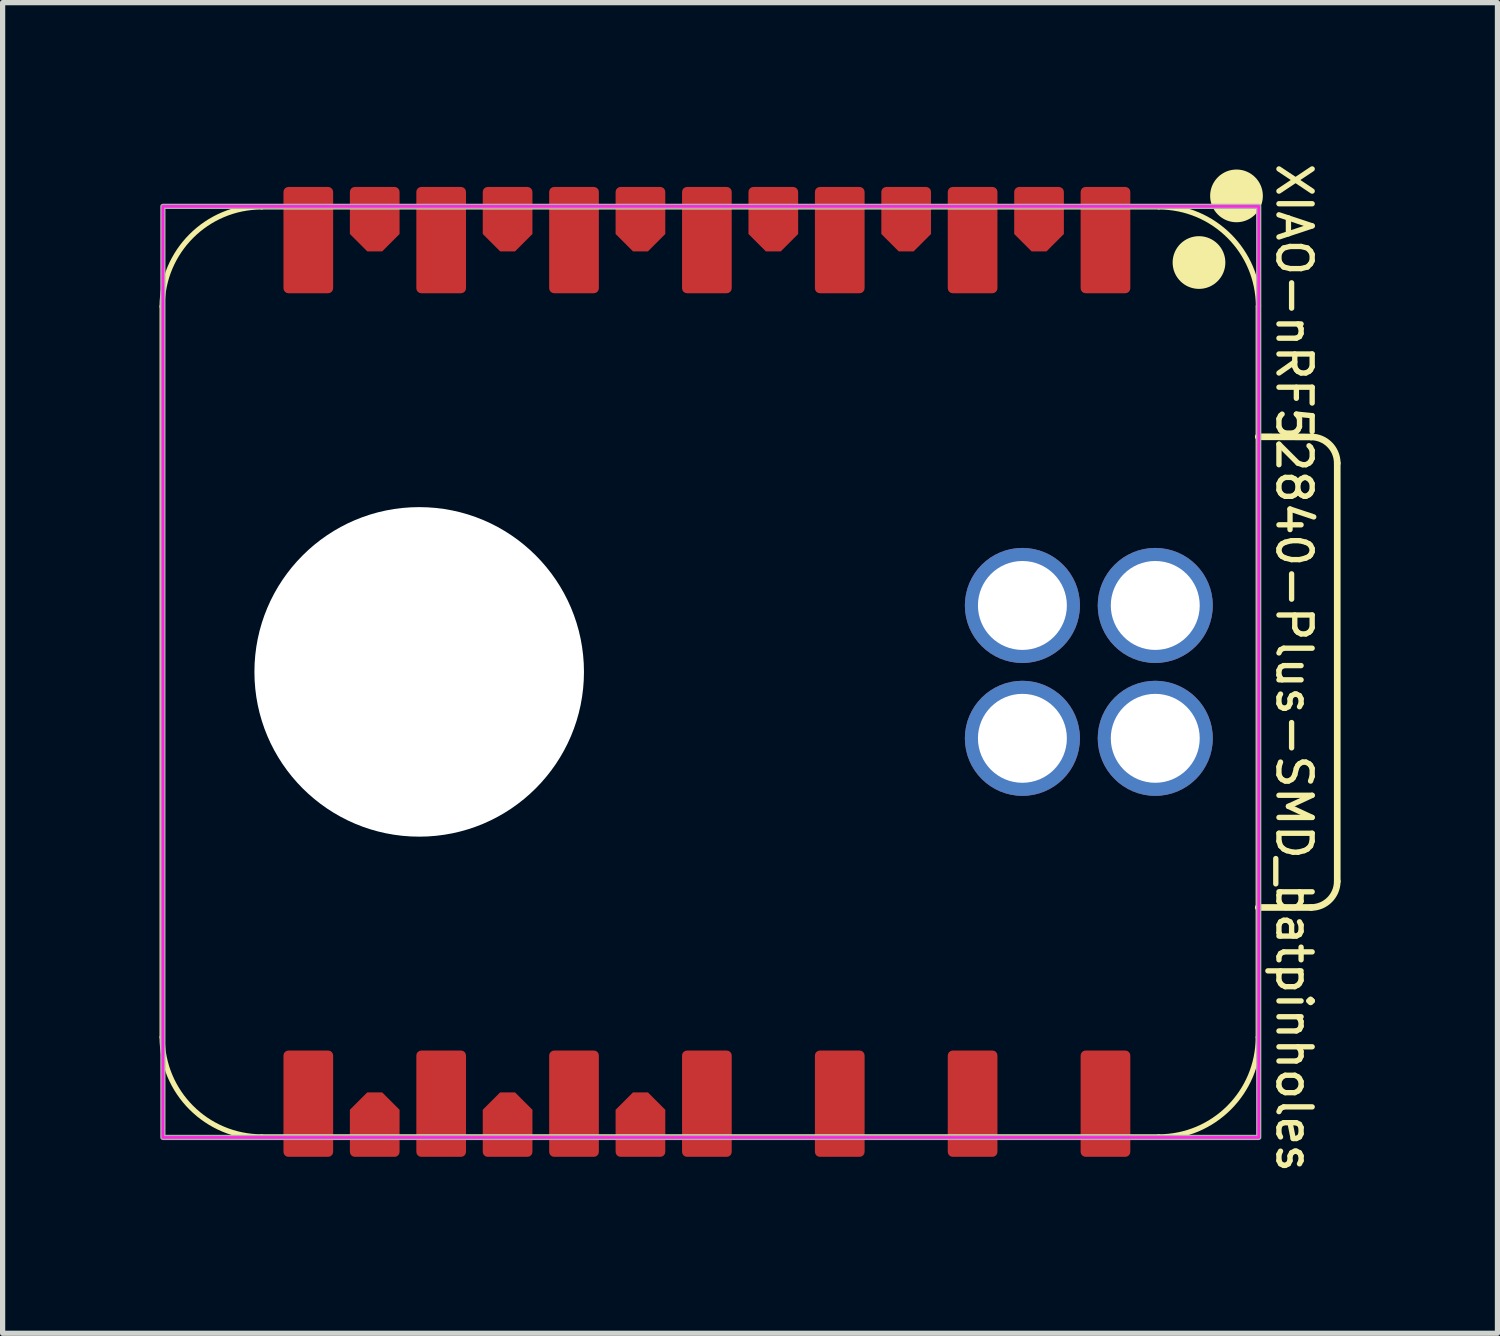
<source format=kicad_pcb>
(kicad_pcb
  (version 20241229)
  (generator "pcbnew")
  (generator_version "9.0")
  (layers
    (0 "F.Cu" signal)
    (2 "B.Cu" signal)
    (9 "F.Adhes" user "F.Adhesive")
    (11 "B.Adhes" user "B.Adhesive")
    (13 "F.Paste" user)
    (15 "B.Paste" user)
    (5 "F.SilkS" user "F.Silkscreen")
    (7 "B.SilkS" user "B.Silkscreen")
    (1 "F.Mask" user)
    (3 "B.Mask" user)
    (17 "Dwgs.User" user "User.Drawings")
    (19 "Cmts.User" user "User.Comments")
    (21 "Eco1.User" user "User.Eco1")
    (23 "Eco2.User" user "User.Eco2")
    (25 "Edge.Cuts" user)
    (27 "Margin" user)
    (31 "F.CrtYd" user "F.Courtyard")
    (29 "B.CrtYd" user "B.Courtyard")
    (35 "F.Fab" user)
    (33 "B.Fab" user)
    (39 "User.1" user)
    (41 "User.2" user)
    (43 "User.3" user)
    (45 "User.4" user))
  (footprint "XIAO-nRF52840-Plus-SMD_batpinholes"
    (layer "F.Cu")
    (at 10.464 9.795)
    (property "Reference" "XIAO-nRF52840-Plus-SMD_batpinholes" (at 11.225 -0.075 270) (unlocked yes) (layer "F.SilkS") (effects (font (size 0.635 0.635) (thickness 0.102))))
    (attr smd)
    (fp_line (start -10.414 -6.985) (end -10.414 6.985) (stroke (width 0.1) (type solid)) (layer "F.SilkS"))
    (fp_line (start -8.509 -8.89) (end 8.636 -8.89) (stroke (width 0.1) (type solid)) (layer "F.SilkS"))
    (fp_line (start -8.509 8.89) (end 8.636 8.89) (stroke (width 0.1) (type solid)) (layer "F.SilkS"))
    (fp_line (start 10.541 -4.495) (end 11.551 -4.491) (stroke (width 0.127) (type solid)) (layer "F.SilkS"))
    (fp_line (start 10.541 6.985) (end 10.541 -6.985) (stroke (width 0.1) (type solid)) (layer "F.SilkS"))
    (fp_line (start 11.551 4.504) (end 10.541 4.504) (stroke (width 0.127) (type solid)) (layer "F.SilkS"))
    (fp_line (start 12.051 -3.991) (end 12.051 4.004) (stroke (width 0.127) (type solid)) (layer "F.SilkS"))
    (fp_arc (start -10.414 -6.985) (mid -9.856038 -8.332038) (end -8.509 -8.89) (stroke (width 0.1) (type solid)) (layer "F.SilkS"))
    (fp_arc (start -8.509 8.89) (mid -9.856038 8.332038) (end -10.414 6.985) (stroke (width 0.1) (type solid)) (layer "F.SilkS"))
    (fp_arc (start 8.64 -8.89) (mid 9.987038 -8.332038) (end 10.545 -6.985) (stroke (width 0.1) (type solid)) (layer "F.SilkS"))
    (fp_arc (start 10.541 6.985) (mid 9.983024 8.332024) (end 8.636 8.89) (stroke (width 0.1) (type solid)) (layer "F.SilkS"))
    (fp_arc (start 11.551272 -4.491272) (mid 11.904644 -4.344724) (end 12.051 -3.991272) (stroke (width 0.127) (type default)) (layer "F.SilkS"))
    (fp_arc (start 12.051 4.004) (mid 11.904524 4.357524) (end 11.551 4.504) (stroke (width 0.127) (type default)) (layer "F.SilkS"))
    (fp_circle (center 9.408 -7.826) (end 9.662 -7.826) (stroke (width 0.5) (type solid)) (fill yes) (layer "F.SilkS"))
    (fp_circle (center 10.125 -9.1) (end 10.379 -9.1) (stroke (width 0.5) (type solid)) (fill yes) (layer "F.SilkS"))
    (fp_rect (start -10.4 -8.9) (end 10.55 8.9) (stroke (width 0.05) (type default)) (fill no) (layer "F.CrtYd"))
    (fp_rect (start -10.4 -8.9) (end 10.55 8.9) (stroke (width 0.1) (type default)) (fill no) (layer "F.Fab"))
    (fp_line (start -10.414 -6.985) (end -10.414 6.985) (stroke (width 0.025) (type solid)) (layer "User.1"))
    (fp_line (start -8.509 -8.89) (end 8.636 -8.89) (stroke (width 0.025) (type solid)) (layer "User.1"))
    (fp_line (start -8.509 8.89) (end 8.636 8.89) (stroke (width 0.025) (type solid)) (layer "User.1"))
    (fp_line (start 10.541 6.985) (end 10.541 -6.985) (stroke (width 0.025) (type solid)) (layer "User.1"))
    (fp_rect (start 5.715 -3.81) (end 12.065 3.81) (stroke (width 0.076) (type default)) (fill no) (layer "User.1"))
    (fp_arc (start -10.414 -6.985) (mid -9.856038 -8.332038) (end -8.509 -8.89) (stroke (width 0.0254) (type solid)) (layer "User.1"))
    (fp_arc (start -8.509 8.89) (mid -9.856038 8.332038) (end -10.414 6.985) (stroke (width 0.0254) (type solid)) (layer "User.1"))
    (fp_arc (start 8.636 -8.89) (mid 9.983038 -8.332038) (end 10.541 -6.985) (stroke (width 0.0254) (type solid)) (layer "User.1"))
    (fp_arc (start 10.541 6.985) (mid 9.983038 8.332038) (end 8.636 8.89) (stroke (width 0.0254) (type solid)) (layer "User.1"))
    (fp_circle (center -7.62 -8.89) (end -7.493 -8.89) (stroke (width 0.025) (type default)) (fill no) (layer "User.1"))
    (fp_circle (center -7.62 -7.62) (end -7.493 -7.62) (stroke (width 0.025) (type default)) (fill no) (layer "User.1"))
    (fp_circle (center -7.62 7.62) (end -7.493 7.62) (stroke (width 0.025) (type default)) (fill no) (layer "User.1"))
    (fp_circle (center -7.62 8.89) (end -7.493 8.89) (stroke (width 0.025) (type default)) (fill no) (layer "User.1"))
    (fp_circle (center -5.08 -8.89) (end -4.953 -8.89) (stroke (width 0.025) (type default)) (fill no) (layer "User.1"))
    (fp_circle (center -5.08 -7.62) (end -4.953 -7.62) (stroke (width 0.025) (type default)) (fill no) (layer "User.1"))
    (fp_circle (center -5.08 7.62) (end -4.953 7.62) (stroke (width 0.025) (type default)) (fill no) (layer "User.1"))
    (fp_circle (center -5.08 8.89) (end -4.953 8.89) (stroke (width 0.025) (type default)) (fill no) (layer "User.1"))
    (fp_circle (center -2.54 -8.89) (end -2.413 -8.89) (stroke (width 0.025) (type default)) (fill no) (layer "User.1"))
    (fp_circle (center -2.54 -7.62) (end -2.413 -7.62) (stroke (width 0.025) (type default)) (fill no) (layer "User.1"))
    (fp_circle (center -2.54 7.62) (end -2.413 7.62) (stroke (width 0.025) (type default)) (fill no) (layer "User.1"))
    (fp_circle (center -2.54 8.89) (end -2.413 8.89) (stroke (width 0.025) (type default)) (fill no) (layer "User.1"))
    (fp_circle (center 0 -8.89) (end 0.127 -8.89) (stroke (width 0.025) (type default)) (fill no) (layer "User.1"))
    (fp_circle (center 0 -7.62) (end 0.127 -7.62) (stroke (width 0.025) (type default)) (fill no) (layer "User.1"))
    (fp_circle (center 0 7.62) (end 0.127 7.62) (stroke (width 0.025) (type default)) (fill no) (layer "User.1"))
    (fp_circle (center 0 8.89) (end 0.127 8.89) (stroke (width 0.025) (type default)) (fill no) (layer "User.1"))
    (fp_circle (center 2.54 -8.89) (end 2.667 -8.89) (stroke (width 0.025) (type default)) (fill no) (layer "User.1"))
    (fp_circle (center 2.54 -7.62) (end 2.667 -7.62) (stroke (width 0.025) (type default)) (fill no) (layer "User.1"))
    (fp_circle (center 2.54 7.62) (end 2.667 7.62) (stroke (width 0.025) (type default)) (fill no) (layer "User.1"))
    (fp_circle (center 2.54 8.89) (end 2.667 8.89) (stroke (width 0.025) (type default)) (fill no) (layer "User.1"))
    (fp_circle (center 5.08 -8.89) (end 5.207 -8.89) (stroke (width 0.025) (type default)) (fill no) (layer "User.1"))
    (fp_circle (center 5.08 -7.62) (end 5.207 -7.62) (stroke (width 0.025) (type default)) (fill no) (layer "User.1"))
    (fp_circle (center 5.08 7.62) (end 5.207 7.62) (stroke (width 0.025) (type default)) (fill no) (layer "User.1"))
    (fp_circle (center 5.08 8.89) (end 5.207 8.89) (stroke (width 0.025) (type default)) (fill no) (layer "User.1"))
    (fp_circle (center 7.62 -8.89) (end 7.747 -8.89) (stroke (width 0.025) (type default)) (fill no) (layer "User.1"))
    (fp_circle (center 7.62 -7.62) (end 7.747 -7.62) (stroke (width 0.025) (type default)) (fill no) (layer "User.1"))
    (fp_circle (center 7.62 7.62) (end 7.747 7.62) (stroke (width 0.025) (type default)) (fill no) (layer "User.1"))
    (fp_circle (center 7.62 8.89) (end 7.747 8.89) (stroke (width 0.025) (type default)) (fill no) (layer "User.1"))
    (pad "" np_thru_hole circle (at -5.5 0) (size 6.3 6.3) (drill 6.3) (layers "*.Cu" "*.Mask"))
    (pad "1" smd roundrect (at 7.62 -8.255 90) (size 2.032 0.95) (layers "F.Cu" "F.Mask" "F.Paste") (roundrect_rratio 0.1))
    (pad "2" smd roundrect (at 5.08 -8.255 90) (size 2.032 0.95) (layers "F.Cu" "F.Mask" "F.Paste") (roundrect_rratio 0.1))
    (pad "3" smd roundrect (at 2.54 -8.255 90) (size 2.032 0.95) (layers "F.Cu" "F.Mask" "F.Paste") (roundrect_rratio 0.1))
    (pad "4" smd roundrect (at 0 -8.255 90) (size 2.032 0.95) (layers "F.Cu" "F.Mask" "F.Paste") (roundrect_rratio 0.1))
    (pad "5" smd roundrect (at -2.54 -8.255 90) (size 2.032 0.95) (layers "F.Cu" "F.Mask" "F.Paste") (roundrect_rratio 0.1))
    (pad "6" smd roundrect (at -5.08 -8.255 90) (size 2.032 0.95) (layers "F.Cu" "F.Mask" "F.Paste") (roundrect_rratio 0.1))
    (pad "7" smd roundrect (at -7.62 -8.255 90) (size 2.032 0.95) (layers "F.Cu" "F.Mask" "F.Paste") (roundrect_rratio 0.1))
    (pad "8" smd roundrect (at -7.62 8.255 270) (size 2.032 0.95) (layers "F.Cu" "F.Mask" "F.Paste") (roundrect_rratio 0.1))
    (pad "9" smd roundrect (at -5.08 8.255 270) (size 2.032 0.95) (layers "F.Cu" "F.Mask" "F.Paste") (roundrect_rratio 0.1))
    (pad "10" smd roundrect (at -2.54 8.255 270) (size 2.032 0.95) (layers "F.Cu" "F.Mask" "F.Paste") (roundrect_rratio 0.1))
    (pad "11" smd roundrect (at 0 8.255 270) (size 2.032 0.95) (layers "F.Cu" "F.Mask" "F.Paste") (roundrect_rratio 0.1))
    (pad "12" smd roundrect (at 2.54 8.255 270) (size 2.032 0.95) (layers "F.Cu" "F.Mask" "F.Paste") (roundrect_rratio 0.1))
    (pad "13" smd roundrect (at 5.08 8.255 270) (size 2.032 0.95) (layers "F.Cu" "F.Mask" "F.Paste") (roundrect_rratio 0.1))
    (pad "14" smd roundrect (at 7.62 8.255 270) (size 2.032 0.95) (layers "F.Cu" "F.Mask" "F.Paste") (roundrect_rratio 0.1))
    (pad "15" smd roundrect (at 6.35 -8.655 90) (size 1.232 0.95) (layers "F.Cu" "F.Mask" "F.Paste") (roundrect_rratio 0.1) (chamfer_ratio 0.35) (chamfer top_left bottom_left))
    (pad "16" smd roundrect (at 3.81 -8.655 90) (size 1.232 0.95) (layers "F.Cu" "F.Mask" "F.Paste") (roundrect_rratio 0.1) (chamfer_ratio 0.35) (chamfer top_left bottom_left))
    (pad "17" smd roundrect (at 1.27 -8.655 90) (size 1.232 0.95) (layers "F.Cu" "F.Mask" "F.Paste") (roundrect_rratio 0.1) (chamfer_ratio 0.35) (chamfer top_left bottom_left))
    (pad "18" smd roundrect (at -1.27 -8.655 90) (size 1.232 0.95) (layers "F.Cu" "F.Mask" "F.Paste") (roundrect_rratio 0.1) (chamfer_ratio 0.35) (chamfer top_left bottom_left))
    (pad "19" smd roundrect (at -3.81 -8.655 90) (size 1.232 0.95) (layers "F.Cu" "F.Mask" "F.Paste") (roundrect_rratio 0.1) (chamfer_ratio 0.35) (chamfer top_left bottom_left))
    (pad "20" smd roundrect (at -6.35 -8.655 90) (size 1.232 0.95) (layers "F.Cu" "F.Mask" "F.Paste") (roundrect_rratio 0.1) (chamfer_ratio 0.35) (chamfer top_left bottom_left))
    (pad "21" smd roundrect (at -6.35 8.655 270) (size 1.232 0.95) (layers "F.Cu" "F.Mask" "F.Paste") (roundrect_rratio 0.1) (chamfer_ratio 0.35) (chamfer top_left bottom_left))
    (pad "22" smd roundrect (at -3.81 8.655 270) (size 1.232 0.95) (layers "F.Cu" "F.Mask" "F.Paste") (roundrect_rratio 0.1) (chamfer_ratio 0.35) (chamfer top_left bottom_left))
    (pad "23" smd roundrect (at -1.27 8.655 270) (size 1.232 0.95) (layers "F.Cu" "F.Mask" "F.Paste") (roundrect_rratio 0.1) (chamfer_ratio 0.35) (chamfer top_left bottom_left))
    (pad "24" thru_hole circle (at 8.572 -1.27 270) (size 2.2 2.2) (drill 1.7) (layers "*.Cu" "*.Mask"))
    (pad "25" thru_hole circle (at 8.572 1.27 270) (size 2.2 2.2) (drill 1.7) (layers "*.Cu" "*.Mask"))
    (pad "26" thru_hole circle (at 6.032 -1.27 270) (size 2.2 2.2) (drill 1.7) (layers "*.Cu" "*.Mask"))
    (pad "27" thru_hole circle (at 6.032 1.27 270) (size 2.2 2.2) (drill 1.7) (layers "*.Cu" "*.Mask")))
  (gr_rect
    (start -3 -3)
    (end 25.578 22.439)
    (stroke (width 0.1) (type default))
    (fill no)
    (layer "Edge.Cuts")))
</source>
